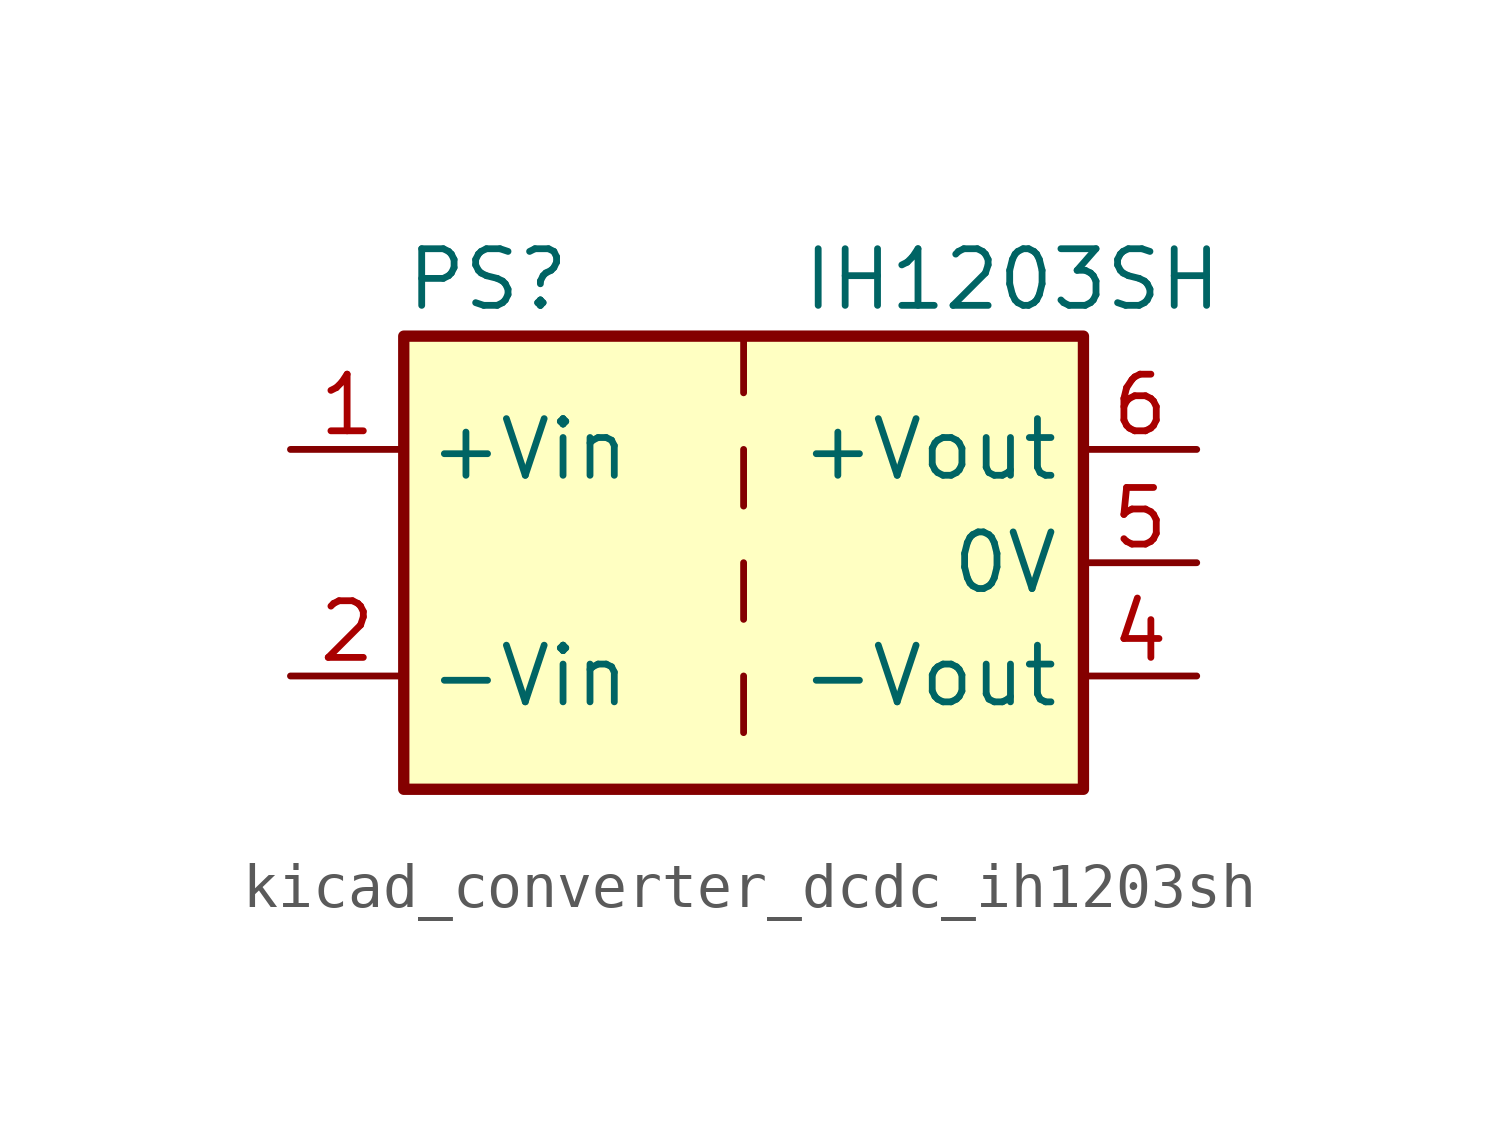
<source format=kicad_sym>
(kicad_symbol_lib
  (version 20220914)
  (generator kicad_symbol_editor)
  (symbol "kicad_converter_dcdc_ih1203sh"
    (property "Reference" "PS"
      (at -7.62 6.35 0)
      (effects (font (size 1.27 1.27)) (justify left)))
    (property "Value" "IH1203SH"
      (at 1.27 6.35 0)
      (effects (font (size 1.27 1.27)) (justify left)))
    (symbol "kicad_converter_dcdc_ih1203sh_0_0"
      (pin power_in line (at -10.16 2.54 0) (length 2.54) (name "+Vin" (effects (font (size 1.27 1.27)))) (number "1" (effects (font (size 1.27 1.27)))))
      (pin power_in line (at -10.16 -2.54 0) (length 2.54) (name "-Vin" (effects (font (size 1.27 1.27)))) (number "2" (effects (font (size 1.27 1.27)))))
      (pin power_out line (at 10.16 -2.54 180) (length 2.54) (name "-Vout" (effects (font (size 1.27 1.27)))) (number "4" (effects (font (size 1.27 1.27)))))
      (pin power_out line (at 10.16 0 180) (length 2.54) (name "0V" (effects (font (size 1.27 1.27)))) (number "5" (effects (font (size 1.27 1.27)))))
      (pin power_out line (at 10.16 2.54 180) (length 2.54) (name "+Vout" (effects (font (size 1.27 1.27)))) (number "6" (effects (font (size 1.27 1.27))))))
    (symbol "kicad_converter_dcdc_ih1203sh_0_1"
      (rectangle (start -7.62 5.08) (end 7.62 -5.08) (stroke (width 0.254) (type default)) (fill (type background)))
      (polyline (pts (xy 0 -2.54) (xy 0 -3.81)) (stroke (width 0) (type default)) (fill (type none)))
      (polyline (pts (xy 0 0) (xy 0 -1.27)) (stroke (width 0) (type default)) (fill (type none)))
      (polyline (pts (xy 0 2.54) (xy 0 1.27)) (stroke (width 0) (type default)) (fill (type none)))
      (polyline (pts (xy 0 5.08) (xy 0 3.81)) (stroke (width 0) (type default)) (fill (type none))))))
</source>
